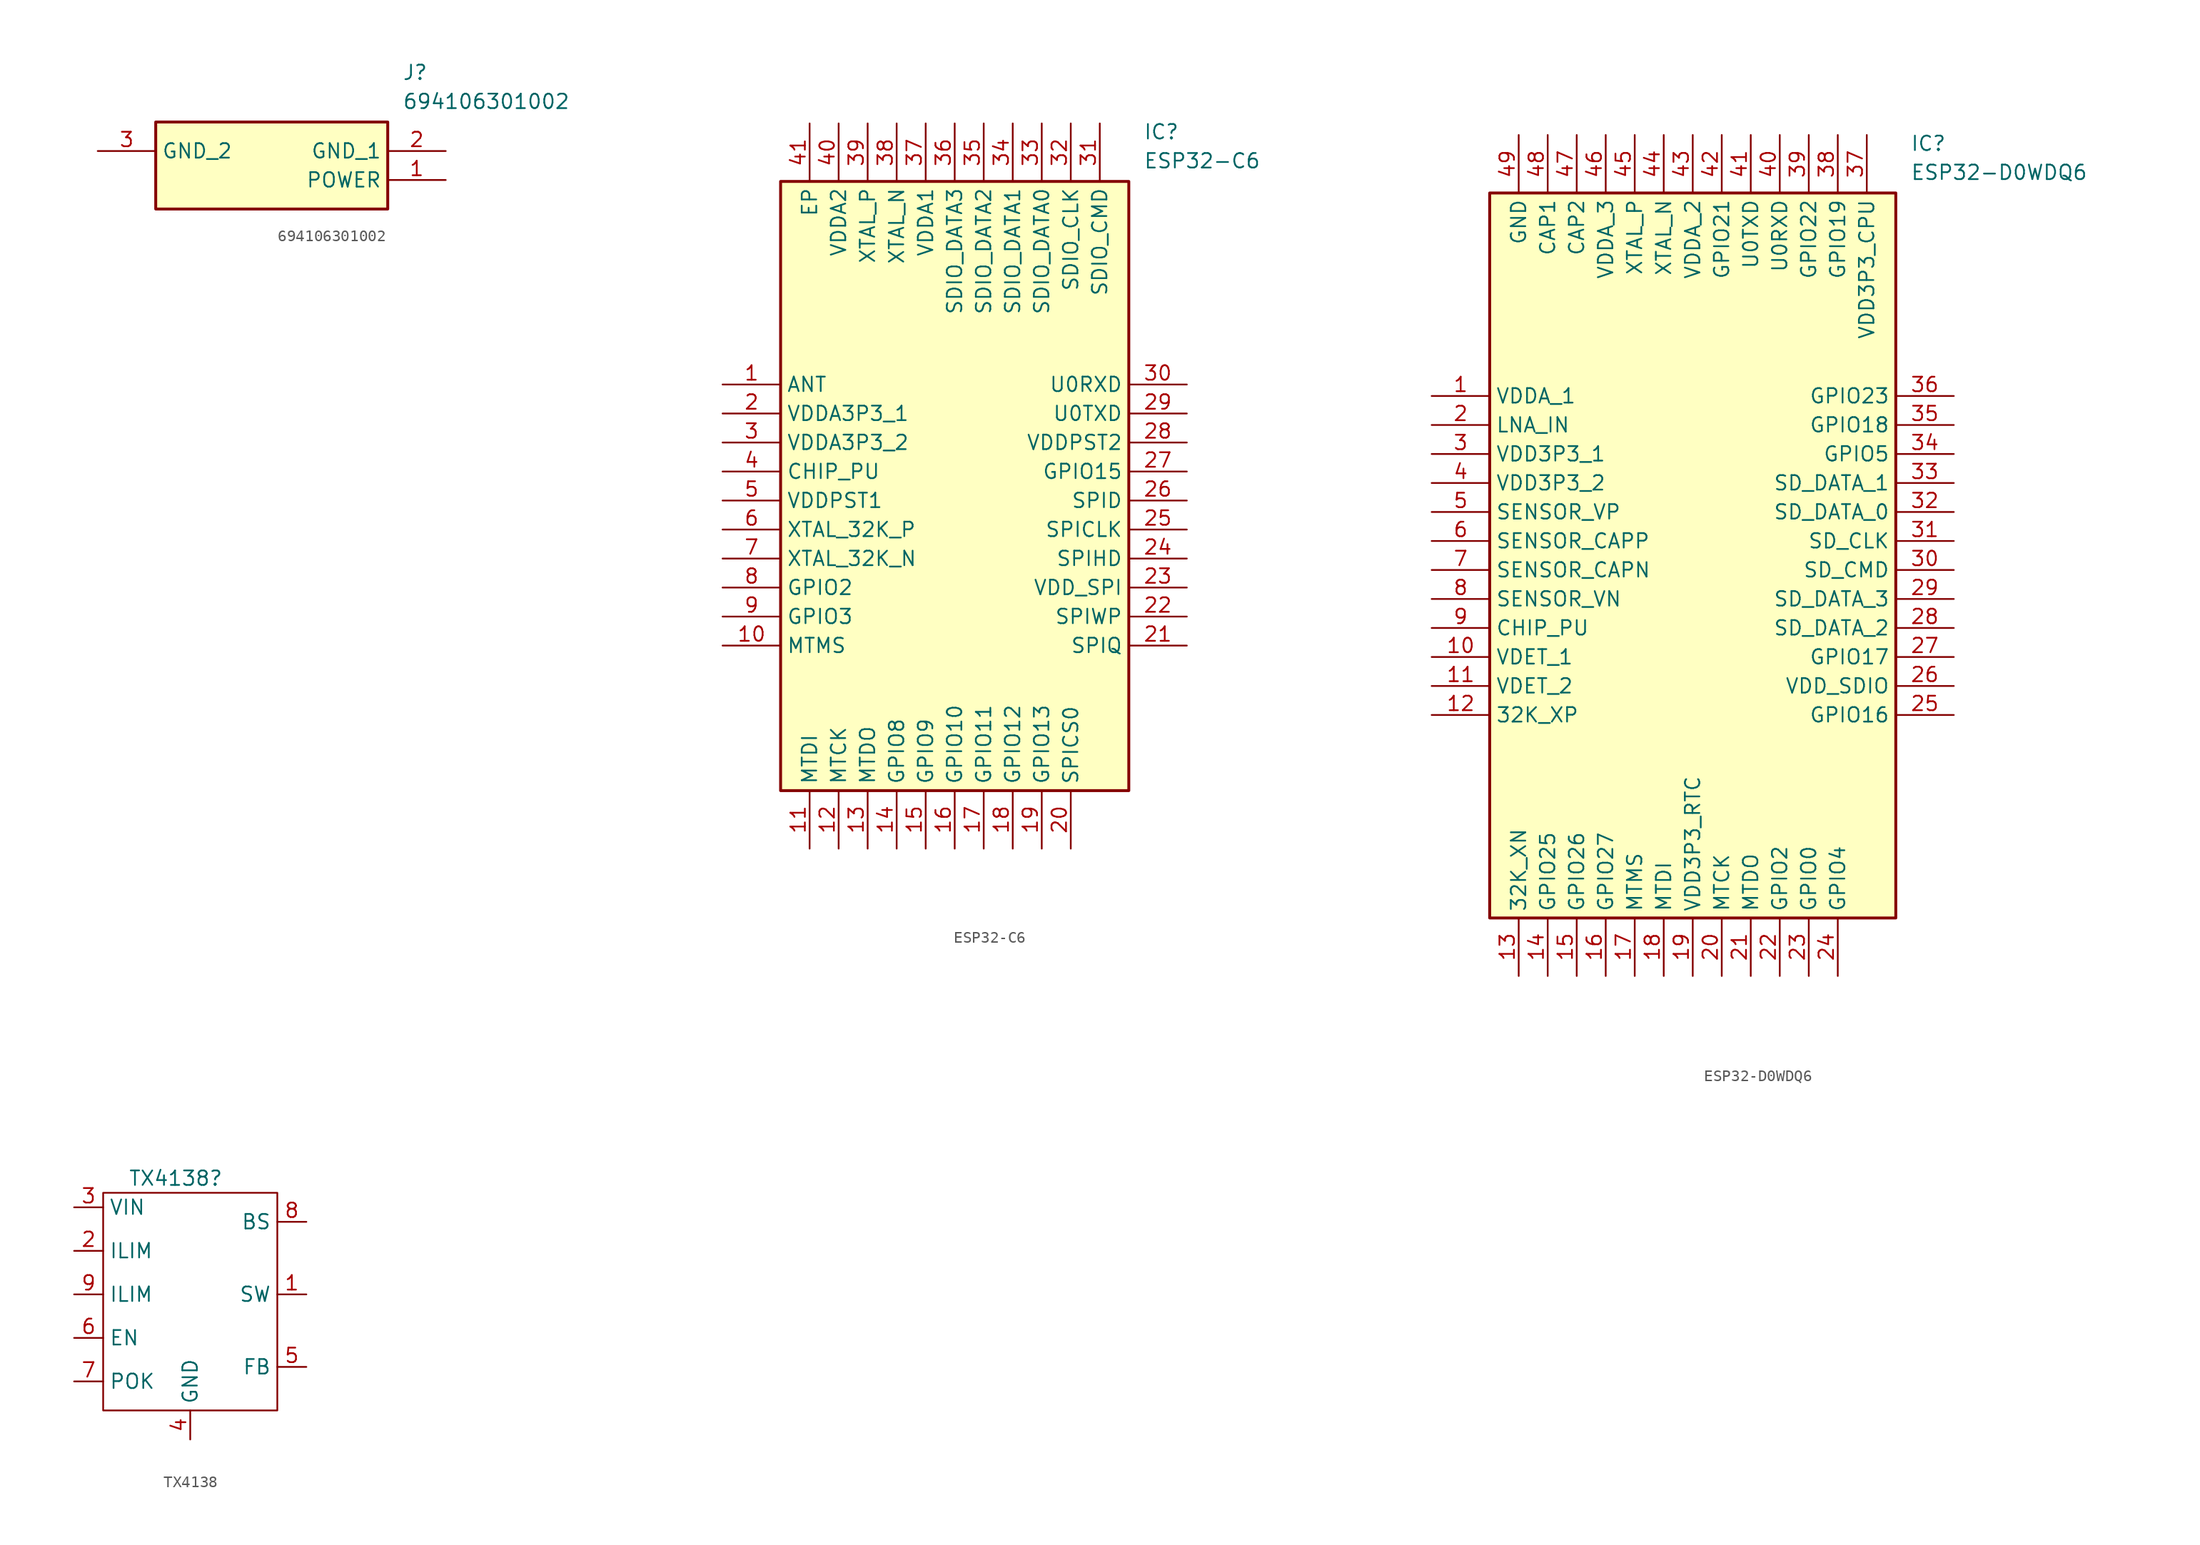
<source format=kicad_sym>
(kicad_symbol_lib
  (version 20231120)
  (generator "kicad_symbol_editor")
  (generator_version "8.0")
  (symbol "694106301002"
    (property "Reference" "J"
      (at 26.67 7.62 0)
      (effects (font (size 1.27 1.27)) (justify left top)))
    (property "Value" "694106301002"
      (at 26.67 5.08 0)
      (effects (font (size 1.27 1.27)) (justify left top)))
    (symbol "694106301002_1_1"
      (rectangle (start 5.08 2.54) (end 25.4 -5.08) (stroke (width 0.254) (type default)) (fill (type background)))
      (pin passive line (at 30.48 -2.54 180) (length 5.08) (name "POWER" (effects (font (size 1.27 1.27)))) (number "1" (effects (font (size 1.27 1.27)))))
      (pin passive line (at 30.48 0 180) (length 5.08) (name "GND_1" (effects (font (size 1.27 1.27)))) (number "2" (effects (font (size 1.27 1.27)))))
      (pin passive line (at 0 0 0) (length 5.08) (name "GND_2" (effects (font (size 1.27 1.27)))) (number "3" (effects (font (size 1.27 1.27)))))))
  (symbol "ESP32-C6"
    (property "Reference" "IC"
      (at 36.83 22.86 0)
      (effects (font (size 1.27 1.27)) (justify left top)))
    (property "Value" "ESP32-C6"
      (at 36.83 20.32 0)
      (effects (font (size 1.27 1.27)) (justify left top)))
    (symbol "ESP32-C6_1_1"
      (rectangle (start 5.08 17.78) (end 35.56 -35.56) (stroke (width 0.254) (type default)) (fill (type background)))
      (pin passive line (at 0 0 0) (length 5.08) (name "ANT" (effects (font (size 1.27 1.27)))) (number "1" (effects (font (size 1.27 1.27)))))
      (pin passive line (at 0 -22.86 0) (length 5.08) (name "MTMS" (effects (font (size 1.27 1.27)))) (number "10" (effects (font (size 1.27 1.27)))))
      (pin passive line (at 7.62 -40.64 90) (length 5.08) (name "MTDI" (effects (font (size 1.27 1.27)))) (number "11" (effects (font (size 1.27 1.27)))))
      (pin passive line (at 10.16 -40.64 90) (length 5.08) (name "MTCK" (effects (font (size 1.27 1.27)))) (number "12" (effects (font (size 1.27 1.27)))))
      (pin passive line (at 12.7 -40.64 90) (length 5.08) (name "MTDO" (effects (font (size 1.27 1.27)))) (number "13" (effects (font (size 1.27 1.27)))))
      (pin passive line (at 15.24 -40.64 90) (length 5.08) (name "GPIO8" (effects (font (size 1.27 1.27)))) (number "14" (effects (font (size 1.27 1.27)))))
      (pin passive line (at 17.78 -40.64 90) (length 5.08) (name "GPIO9" (effects (font (size 1.27 1.27)))) (number "15" (effects (font (size 1.27 1.27)))))
      (pin passive line (at 20.32 -40.64 90) (length 5.08) (name "GPIO10" (effects (font (size 1.27 1.27)))) (number "16" (effects (font (size 1.27 1.27)))))
      (pin passive line (at 22.86 -40.64 90) (length 5.08) (name "GPIO11" (effects (font (size 1.27 1.27)))) (number "17" (effects (font (size 1.27 1.27)))))
      (pin passive line (at 25.4 -40.64 90) (length 5.08) (name "GPIO12" (effects (font (size 1.27 1.27)))) (number "18" (effects (font (size 1.27 1.27)))))
      (pin passive line (at 27.94 -40.64 90) (length 5.08) (name "GPIO13" (effects (font (size 1.27 1.27)))) (number "19" (effects (font (size 1.27 1.27)))))
      (pin passive line (at 0 -2.54 0) (length 5.08) (name "VDDA3P3_1" (effects (font (size 1.27 1.27)))) (number "2" (effects (font (size 1.27 1.27)))))
      (pin passive line (at 30.48 -40.64 90) (length 5.08) (name "SPICS0" (effects (font (size 1.27 1.27)))) (number "20" (effects (font (size 1.27 1.27)))))
      (pin passive line (at 40.64 -22.86 180) (length 5.08) (name "SPIQ" (effects (font (size 1.27 1.27)))) (number "21" (effects (font (size 1.27 1.27)))))
      (pin passive line (at 40.64 -20.32 180) (length 5.08) (name "SPIWP" (effects (font (size 1.27 1.27)))) (number "22" (effects (font (size 1.27 1.27)))))
      (pin passive line (at 40.64 -17.78 180) (length 5.08) (name "VDD_SPI" (effects (font (size 1.27 1.27)))) (number "23" (effects (font (size 1.27 1.27)))))
      (pin passive line (at 40.64 -15.24 180) (length 5.08) (name "SPIHD" (effects (font (size 1.27 1.27)))) (number "24" (effects (font (size 1.27 1.27)))))
      (pin passive line (at 40.64 -12.7 180) (length 5.08) (name "SPICLK" (effects (font (size 1.27 1.27)))) (number "25" (effects (font (size 1.27 1.27)))))
      (pin passive line (at 40.64 -10.16 180) (length 5.08) (name "SPID" (effects (font (size 1.27 1.27)))) (number "26" (effects (font (size 1.27 1.27)))))
      (pin passive line (at 40.64 -7.62 180) (length 5.08) (name "GPIO15" (effects (font (size 1.27 1.27)))) (number "27" (effects (font (size 1.27 1.27)))))
      (pin passive line (at 40.64 -5.08 180) (length 5.08) (name "VDDPST2" (effects (font (size 1.27 1.27)))) (number "28" (effects (font (size 1.27 1.27)))))
      (pin passive line (at 40.64 -2.54 180) (length 5.08) (name "U0TXD" (effects (font (size 1.27 1.27)))) (number "29" (effects (font (size 1.27 1.27)))))
      (pin passive line (at 0 -5.08 0) (length 5.08) (name "VDDA3P3_2" (effects (font (size 1.27 1.27)))) (number "3" (effects (font (size 1.27 1.27)))))
      (pin passive line (at 40.64 0 180) (length 5.08) (name "U0RXD" (effects (font (size 1.27 1.27)))) (number "30" (effects (font (size 1.27 1.27)))))
      (pin passive line (at 33.02 22.86 270) (length 5.08) (name "SDIO_CMD" (effects (font (size 1.27 1.27)))) (number "31" (effects (font (size 1.27 1.27)))))
      (pin passive line (at 30.48 22.86 270) (length 5.08) (name "SDIO_CLK" (effects (font (size 1.27 1.27)))) (number "32" (effects (font (size 1.27 1.27)))))
      (pin passive line (at 27.94 22.86 270) (length 5.08) (name "SDIO_DATA0" (effects (font (size 1.27 1.27)))) (number "33" (effects (font (size 1.27 1.27)))))
      (pin passive line (at 25.4 22.86 270) (length 5.08) (name "SDIO_DATA1" (effects (font (size 1.27 1.27)))) (number "34" (effects (font (size 1.27 1.27)))))
      (pin passive line (at 22.86 22.86 270) (length 5.08) (name "SDIO_DATA2" (effects (font (size 1.27 1.27)))) (number "35" (effects (font (size 1.27 1.27)))))
      (pin passive line (at 20.32 22.86 270) (length 5.08) (name "SDIO_DATA3" (effects (font (size 1.27 1.27)))) (number "36" (effects (font (size 1.27 1.27)))))
      (pin passive line (at 17.78 22.86 270) (length 5.08) (name "VDDA1" (effects (font (size 1.27 1.27)))) (number "37" (effects (font (size 1.27 1.27)))))
      (pin passive line (at 15.24 22.86 270) (length 5.08) (name "XTAL_N" (effects (font (size 1.27 1.27)))) (number "38" (effects (font (size 1.27 1.27)))))
      (pin passive line (at 12.7 22.86 270) (length 5.08) (name "XTAL_P" (effects (font (size 1.27 1.27)))) (number "39" (effects (font (size 1.27 1.27)))))
      (pin passive line (at 0 -7.62 0) (length 5.08) (name "CHIP_PU" (effects (font (size 1.27 1.27)))) (number "4" (effects (font (size 1.27 1.27)))))
      (pin passive line (at 10.16 22.86 270) (length 5.08) (name "VDDA2" (effects (font (size 1.27 1.27)))) (number "40" (effects (font (size 1.27 1.27)))))
      (pin passive line (at 7.62 22.86 270) (length 5.08) (name "EP" (effects (font (size 1.27 1.27)))) (number "41" (effects (font (size 1.27 1.27)))))
      (pin passive line (at 0 -10.16 0) (length 5.08) (name "VDDPST1" (effects (font (size 1.27 1.27)))) (number "5" (effects (font (size 1.27 1.27)))))
      (pin passive line (at 0 -12.7 0) (length 5.08) (name "XTAL_32K_P" (effects (font (size 1.27 1.27)))) (number "6" (effects (font (size 1.27 1.27)))))
      (pin passive line (at 0 -15.24 0) (length 5.08) (name "XTAL_32K_N" (effects (font (size 1.27 1.27)))) (number "7" (effects (font (size 1.27 1.27)))))
      (pin passive line (at 0 -17.78 0) (length 5.08) (name "GPIO2" (effects (font (size 1.27 1.27)))) (number "8" (effects (font (size 1.27 1.27)))))
      (pin passive line (at 0 -20.32 0) (length 5.08) (name "GPIO3" (effects (font (size 1.27 1.27)))) (number "9" (effects (font (size 1.27 1.27)))))))
  (symbol "ESP32-D0WDQ6"
    (property "Reference" "IC"
      (at 41.91 22.86 0)
      (effects (font (size 1.27 1.27)) (justify left top)))
    (property "Value" "ESP32-D0WDQ6"
      (at 41.91 20.32 0)
      (effects (font (size 1.27 1.27)) (justify left top)))
    (symbol "ESP32-D0WDQ6_1_1"
      (rectangle (start 5.08 17.78) (end 40.64 -45.72) (stroke (width 0.254) (type default)) (fill (type background)))
      (pin passive line (at 0 0 0) (length 5.08) (name "VDDA_1" (effects (font (size 1.27 1.27)))) (number "1" (effects (font (size 1.27 1.27)))))
      (pin passive line (at 0 -22.86 0) (length 5.08) (name "VDET_1" (effects (font (size 1.27 1.27)))) (number "10" (effects (font (size 1.27 1.27)))))
      (pin passive line (at 0 -25.4 0) (length 5.08) (name "VDET_2" (effects (font (size 1.27 1.27)))) (number "11" (effects (font (size 1.27 1.27)))))
      (pin passive line (at 0 -27.94 0) (length 5.08) (name "32K_XP" (effects (font (size 1.27 1.27)))) (number "12" (effects (font (size 1.27 1.27)))))
      (pin passive line (at 7.62 -50.8 90) (length 5.08) (name "32K_XN" (effects (font (size 1.27 1.27)))) (number "13" (effects (font (size 1.27 1.27)))))
      (pin passive line (at 10.16 -50.8 90) (length 5.08) (name "GPIO25" (effects (font (size 1.27 1.27)))) (number "14" (effects (font (size 1.27 1.27)))))
      (pin passive line (at 12.7 -50.8 90) (length 5.08) (name "GPIO26" (effects (font (size 1.27 1.27)))) (number "15" (effects (font (size 1.27 1.27)))))
      (pin passive line (at 15.24 -50.8 90) (length 5.08) (name "GPIO27" (effects (font (size 1.27 1.27)))) (number "16" (effects (font (size 1.27 1.27)))))
      (pin passive line (at 17.78 -50.8 90) (length 5.08) (name "MTMS" (effects (font (size 1.27 1.27)))) (number "17" (effects (font (size 1.27 1.27)))))
      (pin passive line (at 20.32 -50.8 90) (length 5.08) (name "MTDI" (effects (font (size 1.27 1.27)))) (number "18" (effects (font (size 1.27 1.27)))))
      (pin passive line (at 22.86 -50.8 90) (length 5.08) (name "VDD3P3_RTC" (effects (font (size 1.27 1.27)))) (number "19" (effects (font (size 1.27 1.27)))))
      (pin passive line (at 0 -2.54 0) (length 5.08) (name "LNA_IN" (effects (font (size 1.27 1.27)))) (number "2" (effects (font (size 1.27 1.27)))))
      (pin passive line (at 25.4 -50.8 90) (length 5.08) (name "MTCK" (effects (font (size 1.27 1.27)))) (number "20" (effects (font (size 1.27 1.27)))))
      (pin passive line (at 27.94 -50.8 90) (length 5.08) (name "MTDO" (effects (font (size 1.27 1.27)))) (number "21" (effects (font (size 1.27 1.27)))))
      (pin passive line (at 30.48 -50.8 90) (length 5.08) (name "GPIO2" (effects (font (size 1.27 1.27)))) (number "22" (effects (font (size 1.27 1.27)))))
      (pin passive line (at 33.02 -50.8 90) (length 5.08) (name "GPIO0" (effects (font (size 1.27 1.27)))) (number "23" (effects (font (size 1.27 1.27)))))
      (pin passive line (at 35.56 -50.8 90) (length 5.08) (name "GPIO4" (effects (font (size 1.27 1.27)))) (number "24" (effects (font (size 1.27 1.27)))))
      (pin passive line (at 45.72 -27.94 180) (length 5.08) (name "GPIO16" (effects (font (size 1.27 1.27)))) (number "25" (effects (font (size 1.27 1.27)))))
      (pin passive line (at 45.72 -25.4 180) (length 5.08) (name "VDD_SDIO" (effects (font (size 1.27 1.27)))) (number "26" (effects (font (size 1.27 1.27)))))
      (pin passive line (at 45.72 -22.86 180) (length 5.08) (name "GPIO17" (effects (font (size 1.27 1.27)))) (number "27" (effects (font (size 1.27 1.27)))))
      (pin passive line (at 45.72 -20.32 180) (length 5.08) (name "SD_DATA_2" (effects (font (size 1.27 1.27)))) (number "28" (effects (font (size 1.27 1.27)))))
      (pin passive line (at 45.72 -17.78 180) (length 5.08) (name "SD_DATA_3" (effects (font (size 1.27 1.27)))) (number "29" (effects (font (size 1.27 1.27)))))
      (pin passive line (at 0 -5.08 0) (length 5.08) (name "VDD3P3_1" (effects (font (size 1.27 1.27)))) (number "3" (effects (font (size 1.27 1.27)))))
      (pin passive line (at 45.72 -15.24 180) (length 5.08) (name "SD_CMD" (effects (font (size 1.27 1.27)))) (number "30" (effects (font (size 1.27 1.27)))))
      (pin passive line (at 45.72 -12.7 180) (length 5.08) (name "SD_CLK" (effects (font (size 1.27 1.27)))) (number "31" (effects (font (size 1.27 1.27)))))
      (pin passive line (at 45.72 -10.16 180) (length 5.08) (name "SD_DATA_0" (effects (font (size 1.27 1.27)))) (number "32" (effects (font (size 1.27 1.27)))))
      (pin passive line (at 45.72 -7.62 180) (length 5.08) (name "SD_DATA_1" (effects (font (size 1.27 1.27)))) (number "33" (effects (font (size 1.27 1.27)))))
      (pin passive line (at 45.72 -5.08 180) (length 5.08) (name "GPIO5" (effects (font (size 1.27 1.27)))) (number "34" (effects (font (size 1.27 1.27)))))
      (pin passive line (at 45.72 -2.54 180) (length 5.08) (name "GPIO18" (effects (font (size 1.27 1.27)))) (number "35" (effects (font (size 1.27 1.27)))))
      (pin passive line (at 45.72 0 180) (length 5.08) (name "GPIO23" (effects (font (size 1.27 1.27)))) (number "36" (effects (font (size 1.27 1.27)))))
      (pin passive line (at 38.1 22.86 270) (length 5.08) (name "VDD3P3_CPU" (effects (font (size 1.27 1.27)))) (number "37" (effects (font (size 1.27 1.27)))))
      (pin passive line (at 35.56 22.86 270) (length 5.08) (name "GPIO19" (effects (font (size 1.27 1.27)))) (number "38" (effects (font (size 1.27 1.27)))))
      (pin passive line (at 33.02 22.86 270) (length 5.08) (name "GPIO22" (effects (font (size 1.27 1.27)))) (number "39" (effects (font (size 1.27 1.27)))))
      (pin passive line (at 0 -7.62 0) (length 5.08) (name "VDD3P3_2" (effects (font (size 1.27 1.27)))) (number "4" (effects (font (size 1.27 1.27)))))
      (pin passive line (at 30.48 22.86 270) (length 5.08) (name "U0RXD" (effects (font (size 1.27 1.27)))) (number "40" (effects (font (size 1.27 1.27)))))
      (pin passive line (at 27.94 22.86 270) (length 5.08) (name "U0TXD" (effects (font (size 1.27 1.27)))) (number "41" (effects (font (size 1.27 1.27)))))
      (pin passive line (at 25.4 22.86 270) (length 5.08) (name "GPIO21" (effects (font (size 1.27 1.27)))) (number "42" (effects (font (size 1.27 1.27)))))
      (pin passive line (at 22.86 22.86 270) (length 5.08) (name "VDDA_2" (effects (font (size 1.27 1.27)))) (number "43" (effects (font (size 1.27 1.27)))))
      (pin passive line (at 20.32 22.86 270) (length 5.08) (name "XTAL_N" (effects (font (size 1.27 1.27)))) (number "44" (effects (font (size 1.27 1.27)))))
      (pin passive line (at 17.78 22.86 270) (length 5.08) (name "XTAL_P" (effects (font (size 1.27 1.27)))) (number "45" (effects (font (size 1.27 1.27)))))
      (pin passive line (at 15.24 22.86 270) (length 5.08) (name "VDDA_3" (effects (font (size 1.27 1.27)))) (number "46" (effects (font (size 1.27 1.27)))))
      (pin passive line (at 12.7 22.86 270) (length 5.08) (name "CAP2" (effects (font (size 1.27 1.27)))) (number "47" (effects (font (size 1.27 1.27)))))
      (pin passive line (at 10.16 22.86 270) (length 5.08) (name "CAP1" (effects (font (size 1.27 1.27)))) (number "48" (effects (font (size 1.27 1.27)))))
      (pin passive line (at 7.62 22.86 270) (length 5.08) (name "GND" (effects (font (size 1.27 1.27)))) (number "49" (effects (font (size 1.27 1.27)))))
      (pin passive line (at 0 -10.16 0) (length 5.08) (name "SENSOR_VP" (effects (font (size 1.27 1.27)))) (number "5" (effects (font (size 1.27 1.27)))))
      (pin passive line (at 0 -12.7 0) (length 5.08) (name "SENSOR_CAPP" (effects (font (size 1.27 1.27)))) (number "6" (effects (font (size 1.27 1.27)))))
      (pin passive line (at 0 -15.24 0) (length 5.08) (name "SENSOR_CAPN" (effects (font (size 1.27 1.27)))) (number "7" (effects (font (size 1.27 1.27)))))
      (pin passive line (at 0 -17.78 0) (length 5.08) (name "SENSOR_VN" (effects (font (size 1.27 1.27)))) (number "8" (effects (font (size 1.27 1.27)))))
      (pin passive line (at 0 -20.32 0) (length 5.08) (name "CHIP_PU" (effects (font (size 1.27 1.27)))) (number "9" (effects (font (size 1.27 1.27)))))))
  (symbol "TX4138"
    (property "Reference" "TX4138"
      (at 0 0 0)
      (effects (font (size 1.27 1.27))))
    (property "Value" ""
      (at 0 0 0)
      (effects (font (size 1.27 1.27))))
    (symbol "TX4138_0_1"
      (rectangle (start -6.35 -1.27) (end 8.89 -20.32) (stroke (width 0) (type default)) (fill (type none))))
    (symbol "TX4138_1_1"
      (pin input line (at 11.43 -10.16 180) (length 2.54) (name "SW" (effects (font (size 1.27 1.27)))) (number "1" (effects (font (size 1.27 1.27)))))
      (pin input line (at -8.89 -6.35 0) (length 2.54) (name "ILIM" (effects (font (size 1.27 1.27)))) (number "2" (effects (font (size 1.27 1.27)))))
      (pin input line (at -8.89 -2.54 0) (length 2.54) (name "VIN" (effects (font (size 1.27 1.27)))) (number "3" (effects (font (size 1.27 1.27)))))
      (pin power_in line (at 1.27 -22.86 90) (length 2.54) (name "GND" (effects (font (size 1.27 1.27)))) (number "4" (effects (font (size 1.27 1.27)))))
      (pin input line (at 11.43 -16.51 180) (length 2.54) (name "FB" (effects (font (size 1.27 1.27)))) (number "5" (effects (font (size 1.27 1.27)))))
      (pin input line (at -8.89 -13.97 0) (length 2.54) (name "EN" (effects (font (size 1.27 1.27)))) (number "6" (effects (font (size 1.27 1.27)))))
      (pin input line (at -8.89 -17.78 0) (length 2.54) (name "POK" (effects (font (size 1.27 1.27)))) (number "7" (effects (font (size 1.27 1.27)))))
      (pin input line (at 11.43 -3.81 180) (length 2.54) (name "BS" (effects (font (size 1.27 1.27)))) (number "8" (effects (font (size 1.27 1.27)))))
      (pin input line (at -8.89 -10.16 0) (length 2.54) (name "ILIM" (effects (font (size 1.27 1.27)))) (number "9" (effects (font (size 1.27 1.27))))))))
</source>
